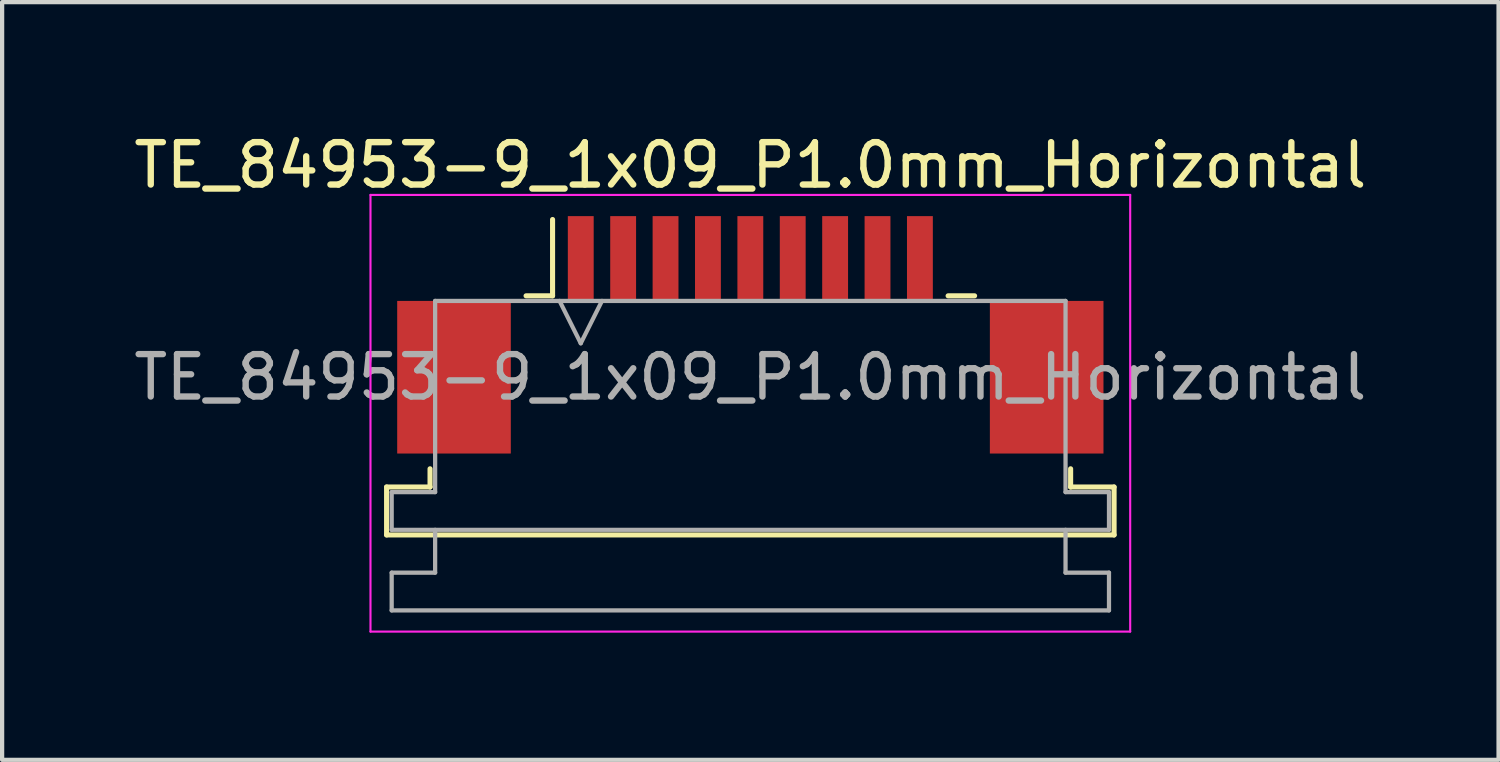
<source format=kicad_pcb>
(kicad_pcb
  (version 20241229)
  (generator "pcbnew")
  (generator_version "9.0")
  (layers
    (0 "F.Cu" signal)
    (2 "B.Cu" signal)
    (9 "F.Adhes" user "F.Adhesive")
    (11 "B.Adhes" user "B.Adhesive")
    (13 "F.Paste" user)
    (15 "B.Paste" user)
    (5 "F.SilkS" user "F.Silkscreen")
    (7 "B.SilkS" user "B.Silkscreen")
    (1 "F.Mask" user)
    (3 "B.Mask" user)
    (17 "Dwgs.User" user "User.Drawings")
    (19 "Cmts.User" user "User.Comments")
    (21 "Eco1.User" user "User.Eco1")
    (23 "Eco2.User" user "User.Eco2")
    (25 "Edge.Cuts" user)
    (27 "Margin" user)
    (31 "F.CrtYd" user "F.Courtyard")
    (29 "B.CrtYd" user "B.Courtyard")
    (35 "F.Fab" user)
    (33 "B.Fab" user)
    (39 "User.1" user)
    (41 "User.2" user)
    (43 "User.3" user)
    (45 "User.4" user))
  (footprint "TE_84953-9_1x09_P1.0mm_Horizontal"
    (layer "F.Cu")
    (at 14.649 4.848)
    (property "Reference" "TE_84953-9_1x09_P1.0mm_Horizontal" (at 0 -4 0) (layer "F.SilkS") (effects (font (size 1 1) (thickness 0.15))))
    (attr smd)
    (fp_line (start -8.58 3.59) (end -7.555 3.59) (stroke (width 0.12) (type solid)) (layer "F.SilkS"))
    (fp_line (start -8.58 4.72) (end -8.58 3.59) (stroke (width 0.12) (type solid)) (layer "F.SilkS"))
    (fp_line (start -7.555 3.59) (end -7.555 3.16) (stroke (width 0.12) (type solid)) (layer "F.SilkS"))
    (fp_line (start -5.29 -0.92) (end -4.665 -0.92) (stroke (width 0.12) (type solid)) (layer "F.SilkS"))
    (fp_line (start -4.665 -0.92) (end -4.665 -2.72) (stroke (width 0.12) (type solid)) (layer "F.SilkS"))
    (fp_line (start 4.665 -0.92) (end 5.29 -0.92) (stroke (width 0.12) (type solid)) (layer "F.SilkS"))
    (fp_line (start 7.555 3.16) (end 7.555 3.59) (stroke (width 0.12) (type solid)) (layer "F.SilkS"))
    (fp_line (start 7.555 3.59) (end 8.58 3.59) (stroke (width 0.12) (type solid)) (layer "F.SilkS"))
    (fp_line (start 8.58 3.59) (end 8.58 4.72) (stroke (width 0.12) (type solid)) (layer "F.SilkS"))
    (fp_line (start 8.58 4.72) (end -8.58 4.72) (stroke (width 0.12) (type solid)) (layer "F.SilkS"))
    (fp_line (start -8.96 -3.3) (end -8.96 7) (stroke (width 0.05) (type solid)) (layer "F.CrtYd"))
    (fp_line (start -8.96 7) (end 8.96 7) (stroke (width 0.05) (type solid)) (layer "F.CrtYd"))
    (fp_line (start 8.96 -3.3) (end -8.96 -3.3) (stroke (width 0.05) (type solid)) (layer "F.CrtYd"))
    (fp_line (start 8.96 7) (end 8.96 -3.3) (stroke (width 0.05) (type solid)) (layer "F.CrtYd"))
    (fp_line (start -8.46 3.71) (end -7.435 3.71) (stroke (width 0.1) (type solid)) (layer "F.Fab"))
    (fp_line (start -8.46 4.6) (end -8.46 3.71) (stroke (width 0.1) (type solid)) (layer "F.Fab"))
    (fp_line (start -8.46 5.61) (end -7.435 5.61) (stroke (width 0.1) (type solid)) (layer "F.Fab"))
    (fp_line (start -8.46 6.5) (end -8.46 5.61) (stroke (width 0.1) (type solid)) (layer "F.Fab"))
    (fp_line (start -7.435 -0.8) (end 7.435 -0.8) (stroke (width 0.1) (type solid)) (layer "F.Fab"))
    (fp_line (start -7.435 3.71) (end -7.435 -0.8) (stroke (width 0.1) (type solid)) (layer "F.Fab"))
    (fp_line (start -7.435 5.61) (end -7.435 4.6) (stroke (width 0.1) (type solid)) (layer "F.Fab"))
    (fp_line (start -4.5 -0.8) (end -4 0.2) (stroke (width 0.1) (type solid)) (layer "F.Fab"))
    (fp_line (start -4 0.2) (end -3.5 -0.8) (stroke (width 0.1) (type solid)) (layer "F.Fab"))
    (fp_line (start 7.435 -0.8) (end 7.435 3.71) (stroke (width 0.1) (type solid)) (layer "F.Fab"))
    (fp_line (start 7.435 3.71) (end 8.46 3.71) (stroke (width 0.1) (type solid)) (layer "F.Fab"))
    (fp_line (start 7.435 4.6) (end 7.435 5.61) (stroke (width 0.1) (type solid)) (layer "F.Fab"))
    (fp_line (start 7.435 5.61) (end 8.46 5.61) (stroke (width 0.1) (type solid)) (layer "F.Fab"))
    (fp_line (start 8.46 3.71) (end 8.46 4.6) (stroke (width 0.1) (type solid)) (layer "F.Fab"))
    (fp_line (start 8.46 4.6) (end -8.46 4.6) (stroke (width 0.1) (type solid)) (layer "F.Fab"))
    (fp_line (start 8.46 5.61) (end 8.46 6.5) (stroke (width 0.1) (type solid)) (layer "F.Fab"))
    (fp_line (start 8.46 6.5) (end -8.46 6.5) (stroke (width 0.1) (type solid)) (layer "F.Fab"))
    (fp_text user "${REFERENCE}" (at 0 1 0) (layer "F.Fab") (effects (font (size 1 1) (thickness 0.15))))
    (pad "" smd rect (at -6.99 1) (size 2.68 3.6) (layers "F.Cu" "F.Mask" "F.Paste"))
    (pad "" smd rect (at 6.99 1) (size 2.68 3.6) (layers "F.Cu" "F.Mask" "F.Paste"))
    (pad "1" smd rect (at -4 -1.8) (size 0.61 2) (layers "F.Cu" "F.Mask" "F.Paste"))
    (pad "2" smd rect (at -3 -1.8) (size 0.61 2) (layers "F.Cu" "F.Mask" "F.Paste"))
    (pad "3" smd rect (at -2 -1.8) (size 0.61 2) (layers "F.Cu" "F.Mask" "F.Paste"))
    (pad "4" smd rect (at -1 -1.8) (size 0.61 2) (layers "F.Cu" "F.Mask" "F.Paste"))
    (pad "5" smd rect (at 0 -1.8) (size 0.61 2) (layers "F.Cu" "F.Mask" "F.Paste"))
    (pad "6" smd rect (at 1 -1.8) (size 0.61 2) (layers "F.Cu" "F.Mask" "F.Paste"))
    (pad "7" smd rect (at 2 -1.8) (size 0.61 2) (layers "F.Cu" "F.Mask" "F.Paste"))
    (pad "8" smd rect (at 3 -1.8) (size 0.61 2) (layers "F.Cu" "F.Mask" "F.Paste"))
    (pad "9" smd rect (at 4 -1.8) (size 0.61 2) (layers "F.Cu" "F.Mask" "F.Paste")))
  (gr_rect
    (start -3 -3)
    (end 32.298 14.873)
    (stroke (width 0.1) (type default))
    (fill no)
    (layer "Edge.Cuts")))
</source>
